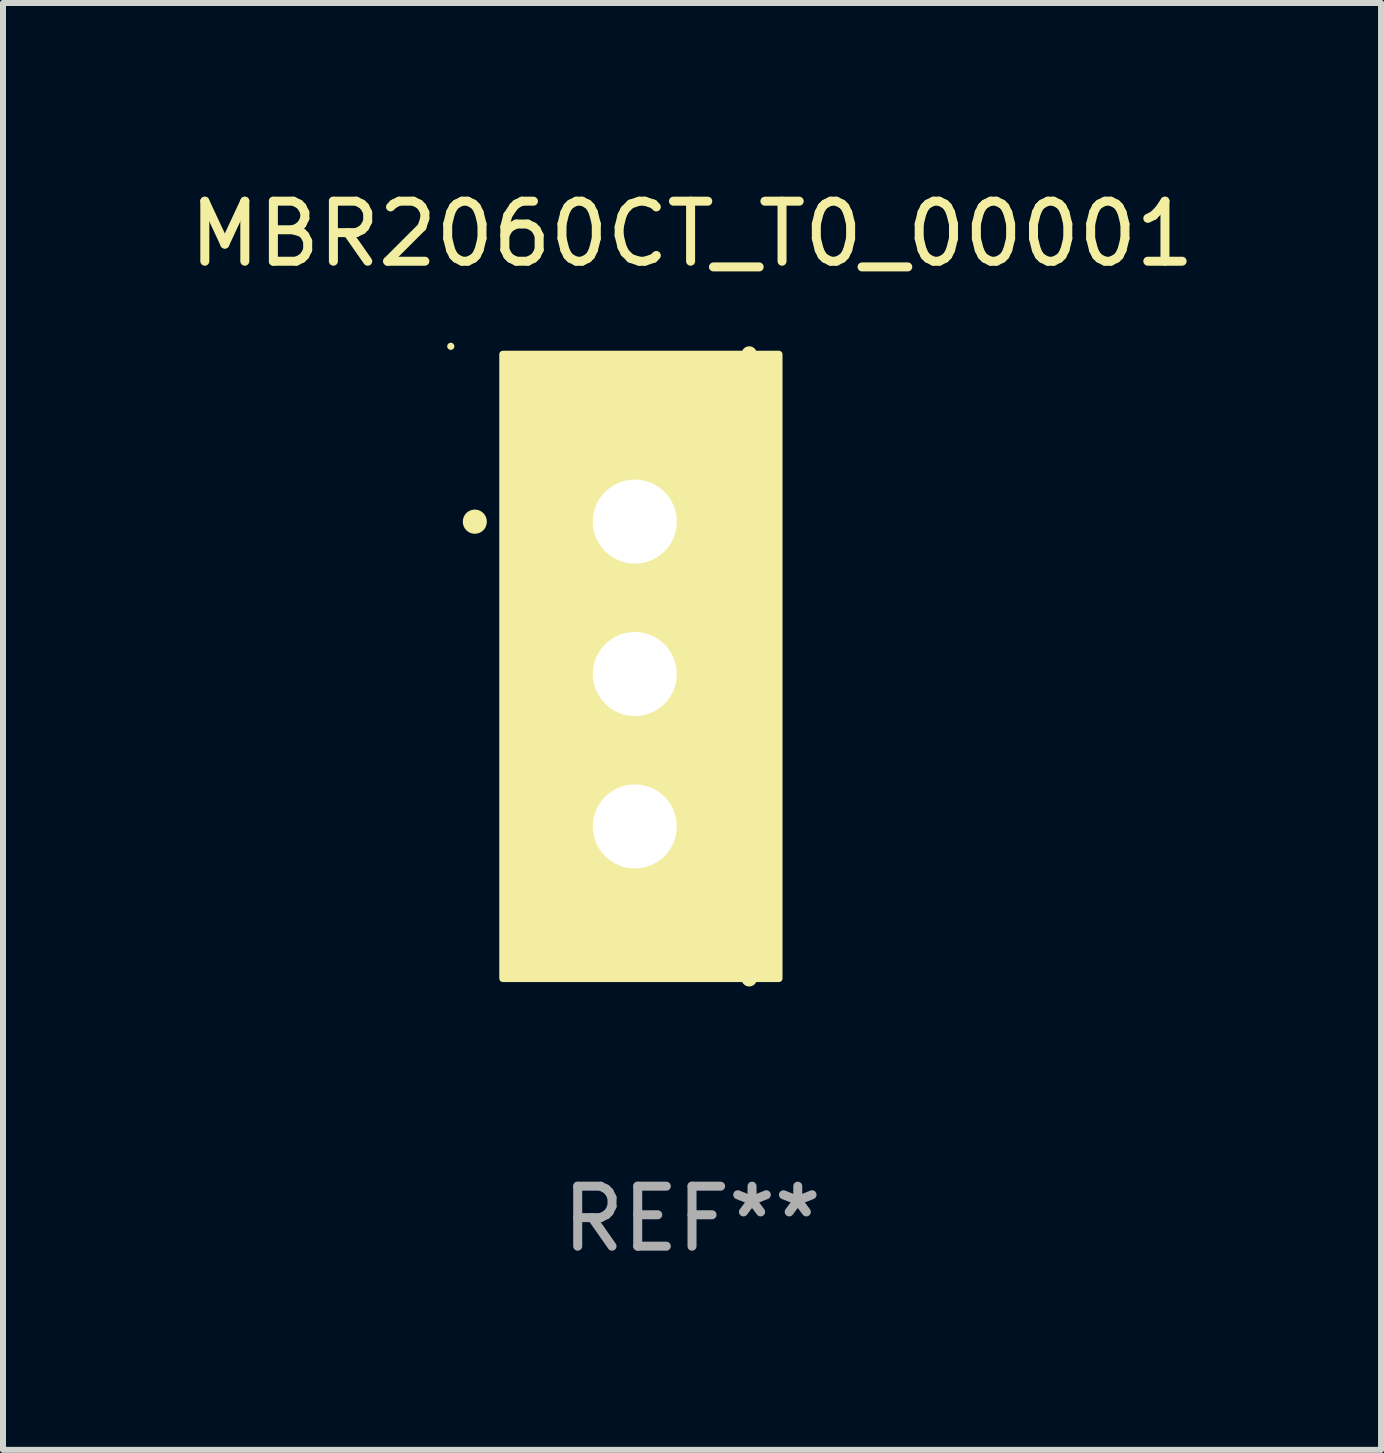
<source format=kicad_pcb>
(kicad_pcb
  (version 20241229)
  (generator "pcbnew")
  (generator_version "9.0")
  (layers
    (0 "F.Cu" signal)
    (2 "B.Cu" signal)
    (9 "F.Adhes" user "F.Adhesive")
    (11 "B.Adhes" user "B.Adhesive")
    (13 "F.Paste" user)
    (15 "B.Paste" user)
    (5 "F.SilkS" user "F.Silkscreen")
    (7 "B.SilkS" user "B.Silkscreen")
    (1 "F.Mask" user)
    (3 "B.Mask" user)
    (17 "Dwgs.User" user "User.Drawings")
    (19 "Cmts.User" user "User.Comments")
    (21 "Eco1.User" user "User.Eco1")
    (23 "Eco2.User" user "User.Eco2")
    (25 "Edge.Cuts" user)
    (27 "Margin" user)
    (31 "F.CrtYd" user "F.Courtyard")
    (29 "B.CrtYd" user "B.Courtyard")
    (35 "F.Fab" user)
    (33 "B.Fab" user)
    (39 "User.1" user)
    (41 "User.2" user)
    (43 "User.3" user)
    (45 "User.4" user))
  (footprint "MBR2060CT_T0_00001"
    (layer "F.Cu")
    (at 8.482 8.055)
    (property "Reference" "MBR2060CT_T0_00001" (at 0 -7.207 0) (layer "F.SilkS") (effects (font (size 1 1) (thickness 0.15))))
    (attr through_hole)
    (fp_line (start 0.953 5.207) (end 0.953 -5.207) (stroke (width 0.254) (type solid)) (layer "F.SilkS"))
    (fp_arc (start -3.619507 -2.410465) (mid -3.619511 -2.411735) (end -3.619507 -2.413005) (stroke (width 0.4) (type solid)) (layer "F.SilkS"))
    (fp_circle (center -4.02 -5.334) (end -3.99 -5.334) (stroke (width 0.06) (type solid)) (fill no) (layer "F.SilkS"))
    (fp_poly (pts (xy -3.152 -5.2) (xy 1.448 -5.2) (xy 1.448 5.2) (xy -3.152 5.2)) (stroke (width 0.12) (type solid)) (fill yes) (layer "F.SilkS"))
    (fp_text user "REF**" (at 0 9.207 0) (layer "F.Fab") (effects (font (size 1 1) (thickness 0.15))))
    (pad "1" thru_hole rect (at -0.953 -2.413 270) (size 2 2.5) (drill 1.4) (layers "*.Cu" "*.Mask"))
    (pad "2" thru_hole oval (at -0.953 0.127 270) (size 2 2.5) (drill 1.4) (layers "*.Cu" "*.Mask"))
    (pad "3" thru_hole oval (at -0.953 2.667 270) (size 2 2.5) (drill 1.4) (layers "*.Cu" "*.Mask")))
  (gr_rect
    (start -3 -3)
    (end 19.964 21.111)
    (stroke (width 0.1) (type default))
    (fill no)
    (layer "Edge.Cuts")))
</source>
